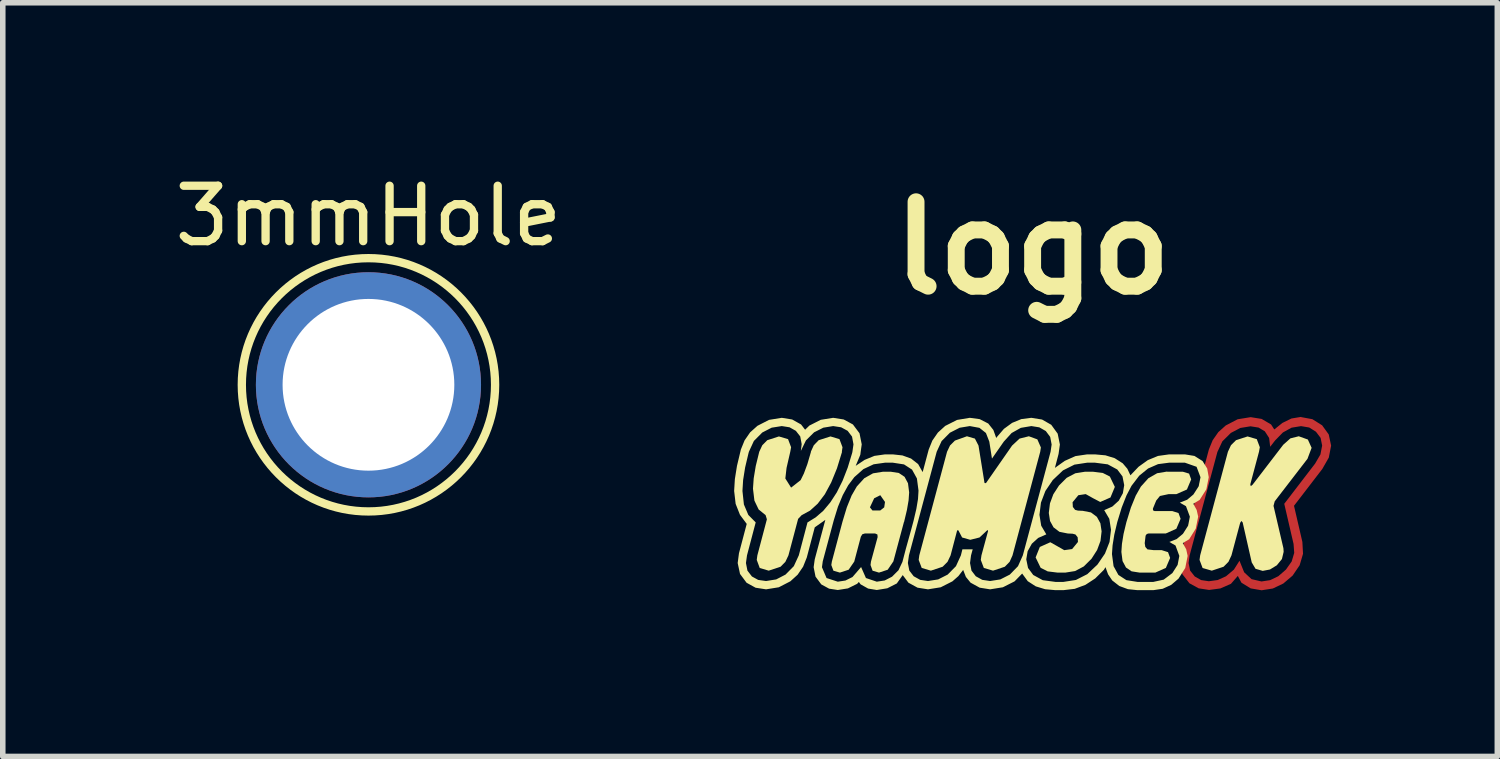
<source format=kicad_pcb>
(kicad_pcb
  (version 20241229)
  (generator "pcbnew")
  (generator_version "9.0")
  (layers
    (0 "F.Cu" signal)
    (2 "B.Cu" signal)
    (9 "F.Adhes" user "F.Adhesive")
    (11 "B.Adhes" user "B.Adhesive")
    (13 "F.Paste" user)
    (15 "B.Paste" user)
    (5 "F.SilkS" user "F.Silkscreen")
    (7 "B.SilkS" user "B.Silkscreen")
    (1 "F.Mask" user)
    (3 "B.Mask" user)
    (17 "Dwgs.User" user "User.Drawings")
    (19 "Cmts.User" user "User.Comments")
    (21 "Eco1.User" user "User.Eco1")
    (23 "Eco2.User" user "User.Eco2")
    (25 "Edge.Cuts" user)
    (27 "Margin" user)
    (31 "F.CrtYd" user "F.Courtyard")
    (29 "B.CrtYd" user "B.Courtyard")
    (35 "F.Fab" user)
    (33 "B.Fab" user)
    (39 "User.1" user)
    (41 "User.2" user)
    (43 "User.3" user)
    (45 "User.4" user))
  (footprint "logo"
    (layer "F.Cu")
    (at 15.59 6.04)
    (property "Reference" "logo" (at 0 -4.613 0) (layer "F.SilkS") (effects (font (size 1.524 1.524) (thickness 0.305))))
    (attr smd)
    (fp_poly (pts (xy 4.849 -1.565) (xy 4.269 -1.184) (xy 4.288 -1.025) (xy 4.378 -1.141) (xy 4.518 -1.284) (xy 4.674 -1.37) (xy 4.845 -1.398) (xy 4.845 -1.398) (xy 4.993 -1.373) (xy 5.114 -1.297) (xy 5.198 -1.186) (xy 5.226 -1.047) (xy 5.195 -0.887) (xy 5.099 -0.722) (xy 4.542 0.004) (xy 4.71 0.729) (xy 4.722 0.89) (xy 4.676 1.045) (xy 4.572 1.192) (xy 4.435 1.311) (xy 4.288 1.382) (xy 4.131 1.406) (xy 3.951 1.364) (xy 3.818 1.24) (xy 3.734 1.032) (xy 3.633 1.192) (xy 3.491 1.312) (xy 3.341 1.38) (xy 3.181 1.402) (xy 3.041 1.381) (xy 2.927 1.316) (xy 2.843 1.21) (xy 2.815 1.073) (xy 2.833 0.938) (xy 3.335 -0.931) (xy 3.425 -1.124) (xy 3.578 -1.275) (xy 3.749 -1.365) (xy 3.933 -1.395) (xy 4.078 -1.372) (xy 4.191 -1.305) (xy 4.269 -1.184) (xy 4.849 -1.565) (xy 4.672 -1.536) (xy 4.509 -1.456) (xy 4.362 -1.338) (xy 4.304 -1.428) (xy 4.134 -1.528) (xy 3.936 -1.56) (xy 3.701 -1.522) (xy 3.486 -1.41) (xy 3.352 -1.29) (xy 3.25 -1.144) (xy 3.182 -0.978) (xy 2.681 0.893) (xy 2.656 1.07) (xy 2.703 1.275) (xy 2.831 1.439) (xy 2.997 1.53) (xy 3.185 1.559) (xy 3.389 1.532) (xy 3.58 1.448) (xy 3.704 1.306) (xy 3.769 1.428) (xy 3.936 1.531) (xy 4.133 1.565) (xy 4.336 1.533) (xy 4.525 1.443) (xy 4.693 1.3) (xy 4.82 1.113) (xy 4.881 0.906) (xy 4.869 0.692) (xy 4.718 0.04) (xy 5.229 -0.625) (xy 5.346 -0.83) (xy 5.388 -1.046) (xy 5.345 -1.248) (xy 5.224 -1.415) (xy 5.222 -1.415) (xy 5.05 -1.523) (xy 4.846 -1.561) (xy 4.849 -1.565)) (stroke (width 0) (type solid)) (fill yes) (layer "F.Cu"))
    (fp_poly (pts (xy 4.849 -1.565) (xy 4.269 -1.184) (xy 4.288 -1.025) (xy 4.378 -1.141) (xy 4.518 -1.284) (xy 4.674 -1.37) (xy 4.845 -1.398) (xy 4.845 -1.398) (xy 4.993 -1.373) (xy 5.114 -1.297) (xy 5.198 -1.186) (xy 5.226 -1.047) (xy 5.195 -0.887) (xy 5.099 -0.722) (xy 4.542 0.004) (xy 4.71 0.729) (xy 4.722 0.89) (xy 4.676 1.045) (xy 4.572 1.192) (xy 4.435 1.311) (xy 4.288 1.382) (xy 4.131 1.406) (xy 3.951 1.364) (xy 3.818 1.24) (xy 3.734 1.032) (xy 3.633 1.192) (xy 3.491 1.312) (xy 3.341 1.38) (xy 3.181 1.402) (xy 3.041 1.381) (xy 2.927 1.316) (xy 2.843 1.21) (xy 2.815 1.073) (xy 2.833 0.938) (xy 3.335 -0.931) (xy 3.425 -1.124) (xy 3.578 -1.275) (xy 3.749 -1.365) (xy 3.933 -1.395) (xy 4.078 -1.372) (xy 4.191 -1.305) (xy 4.269 -1.184) (xy 4.849 -1.565) (xy 4.672 -1.536) (xy 4.509 -1.456) (xy 4.362 -1.338) (xy 4.304 -1.428) (xy 4.134 -1.528) (xy 3.936 -1.56) (xy 3.701 -1.522) (xy 3.486 -1.41) (xy 3.352 -1.29) (xy 3.25 -1.144) (xy 3.182 -0.978) (xy 2.681 0.893) (xy 2.656 1.07) (xy 2.703 1.275) (xy 2.831 1.439) (xy 2.997 1.53) (xy 3.185 1.559) (xy 3.389 1.532) (xy 3.58 1.448) (xy 3.704 1.306) (xy 3.769 1.428) (xy 3.936 1.531) (xy 4.133 1.565) (xy 4.336 1.533) (xy 4.525 1.443) (xy 4.693 1.3) (xy 4.82 1.113) (xy 4.881 0.906) (xy 4.869 0.692) (xy 4.718 0.04) (xy 5.229 -0.625) (xy 5.346 -0.83) (xy 5.388 -1.046) (xy 5.345 -1.248) (xy 5.224 -1.415) (xy 5.222 -1.415) (xy 5.05 -1.523) (xy 4.846 -1.561) (xy 4.849 -1.565)) (stroke (width 0) (type solid)) (fill yes) (layer "F.Mask"))
    (fp_poly (pts (xy 3.955 1.062) (xy 3.791 0.34) (xy 3.768 0.314) (xy 3.746 0.348) (xy 3.589 0.935) (xy 3.535 1.051) (xy 3.447 1.14) (xy 3.234 1.211) (xy 3.068 1.163) (xy 3.013 1.017) (xy 3.024 0.935) (xy 3.525 -0.935) (xy 3.58 -1.053) (xy 3.671 -1.144) (xy 3.88 -1.212) (xy 4.046 -1.163) (xy 4.101 -1.017) (xy 4.086 -0.935) (xy 3.929 -0.348) (xy 3.937 -0.314) (xy 3.97 -0.34) (xy 4.524 -1.062) (xy 4.653 -1.177) (xy 4.804 -1.215) (xy 4.968 -1.156) (xy 5.036 -1.006) (xy 4.961 -0.808) (xy 4.37 -0.041) (xy 4.348 0.041) (xy 4.527 0.807) (xy 4.531 0.871) (xy 4.5 1.001) (xy 4.408 1.114) (xy 4.284 1.19) (xy 4.153 1.215) (xy 4.023 1.177) (xy 3.955 1.062) (xy 3.955 1.062)) (stroke (width 0) (type solid)) (fill yes) (layer "F.SilkS"))
    (fp_poly (pts (xy -1.186 -1.215) (xy -1.042 -1.173) (xy -0.977 -1.047) (xy -0.869 -0.374) (xy -0.857 -0.367) (xy -0.839 -0.374) (xy -0.371 -1.047) (xy -0.236 -1.173) (xy -0.068 -1.215) (xy 0.085 -1.159) (xy 0.149 -1.013) (xy 0.137 -0.935) (xy -0.363 0.935) (xy -0.415 1.051) (xy -0.502 1.14) (xy -0.715 1.211) (xy -0.881 1.162) (xy -0.936 1.017) (xy -0.924 0.935) (xy -0.805 0.497) (xy -0.809 0.478) (xy -0.824 0.486) (xy -0.959 0.612) (xy -1.126 0.654) (xy -1.273 0.612) (xy -1.339 0.486) (xy -1.355 0.478) (xy -1.366 0.497) (xy -1.481 0.935) (xy -1.536 1.051) (xy -1.624 1.14) (xy -1.837 1.211) (xy -2.002 1.162) (xy -2.057 1.017) (xy -2.046 0.935) (xy -1.545 -0.935) (xy -1.491 -1.049) (xy -1.403 -1.137) (xy -1.186 -1.215) (xy -1.186 -1.215)) (stroke (width 0) (type solid)) (fill yes) (layer "F.SilkS"))
    (fp_poly (pts (xy -4.169 0.209) (xy -4.233 0.276) (xy -4.408 0.935) (xy -4.463 1.051) (xy -4.55 1.14) (xy -4.764 1.211) (xy -4.926 1.163) (xy -4.98 1.017) (xy -4.969 0.935) (xy -4.797 0.284) (xy -4.82 0.209) (xy -4.946 0.106) (xy -5.022 -0.053) (xy -5.048 -0.269) (xy -5.035 -0.456) (xy -4.998 -0.678) (xy -4.935 -0.935) (xy -4.88 -1.053) (xy -4.79 -1.144) (xy -4.58 -1.212) (xy -4.415 -1.163) (xy -4.36 -1.017) (xy -4.375 -0.935) (xy -4.442 -0.644) (xy -4.464 -0.453) (xy -4.36 -0.288) (xy -4.188 -0.423) (xy -4.129 -0.543) (xy -4.066 -0.713) (xy -4.001 -0.935) (xy -4.004 -0.935) (xy -3.95 -1.053) (xy -3.862 -1.144) (xy -3.649 -1.212) (xy -3.487 -1.163) (xy -3.432 -1.017) (xy -3.444 -0.935) (xy -3.44 -0.935) (xy -3.532 -0.636) (xy -3.636 -0.381) (xy -3.751 -0.168) (xy -3.879 0.001) (xy -4.018 0.127) (xy -4.169 0.209) (xy -4.169 0.209)) (stroke (width 0) (type solid)) (fill yes) (layer "F.SilkS"))
    (fp_poly (pts (xy 2.428 -0.575) (xy 2.711 -0.575) (xy 2.824 -0.541) (xy 2.862 -0.436) (xy 2.785 -0.254) (xy 2.596 -0.171) (xy 2.457 -0.171) (xy 2.298 -0.137) (xy 2.231 -0.055) (xy 2.173 0.086) (xy 2.171 0.092) (xy 2.173 0.122) (xy 2.201 0.135) (xy 2.52 0.135) (xy 2.633 0.171) (xy 2.671 0.275) (xy 2.594 0.455) (xy 2.403 0.54) (xy 2.092 0.54) (xy 2.061 0.549) (xy 2.043 0.573) (xy 2.039 0.58) (xy 2.023 0.715) (xy 2.034 0.783) (xy 2.073 0.827) (xy 2.189 0.841) (xy 2.331 0.841) (xy 2.444 0.877) (xy 2.482 0.981) (xy 2.405 1.161) (xy 2.215 1.246) (xy 1.931 1.246) (xy 1.786 1.223) (xy 1.685 1.154) (xy 1.623 1.038) (xy 1.602 0.873) (xy 1.612 0.728) (xy 1.641 0.549) (xy 1.692 0.337) (xy 1.774 0.071) (xy 1.861 -0.143) (xy 1.954 -0.307) (xy 2.09 -0.458) (xy 2.248 -0.548) (xy 2.428 -0.578) (xy 2.428 -0.575)) (stroke (width 0) (type solid)) (fill yes) (layer "F.SilkS"))
    (fp_poly (pts (xy -2.701 -0.575) (xy -2.75 -0.151) (xy -2.665 -0.029) (xy -2.679 0.068) (xy -2.75 0.124) (xy -2.892 0.124) (xy -2.937 0.068) (xy -2.86 -0.096) (xy -2.75 -0.151) (xy -2.701 -0.575) (xy -2.881 -0.546) (xy -3.038 -0.458) (xy -3.173 -0.31) (xy -3.267 -0.147) (xy -3.353 0.065) (xy -3.432 0.326) (xy -3.625 1.05) (xy -3.625 1.052) (xy -3.634 1.109) (xy -3.596 1.212) (xy -3.479 1.246) (xy -3.321 1.194) (xy -3.219 1.046) (xy -3.219 1.044) (xy -3.101 0.598) (xy -3.074 0.554) (xy -3.029 0.54) (xy -2.843 0.54) (xy -2.802 0.558) (xy -2.798 0.605) (xy -2.919 1.05) (xy -2.919 1.052) (xy -2.926 1.109) (xy -2.889 1.212) (xy -2.773 1.246) (xy -2.616 1.194) (xy -2.514 1.044) (xy -2.323 0.333) (xy -2.321 0.333) (xy -2.318 0.321) (xy -2.269 0.115) (xy -2.239 -0.059) (xy -2.229 -0.202) (xy -2.25 -0.367) (xy -2.312 -0.483) (xy -2.415 -0.552) (xy -2.561 -0.575) (xy -2.701 -0.575)) (stroke (width 0) (type solid)) (fill yes) (layer "F.SilkS"))
    (fp_poly (pts (xy 0.946 -0.575) (xy 1.088 -0.575) (xy 1.266 -0.553) (xy 1.394 -0.488) (xy 1.484 -0.301) (xy 1.405 -0.11) (xy 1.22 -0.029) (xy 1.096 -0.094) (xy 0.958 -0.171) (xy 0.825 -0.151) (xy 0.721 -0.024) (xy 0.726 0.061) (xy 0.766 0.113) (xy 0.818 0.127) (xy 0.905 0.131) (xy 1.053 0.16) (xy 1.159 0.239) (xy 1.223 0.355) (xy 1.245 0.501) (xy 1.225 0.674) (xy 1.164 0.838) (xy 1.063 0.996) (xy 0.923 1.135) (xy 0.766 1.218) (xy 0.591 1.246) (xy 0.449 1.246) (xy 0.272 1.224) (xy 0.145 1.16) (xy 0.054 0.972) (xy 0.13 0.783) (xy 0.319 0.698) (xy 0.438 0.765) (xy 0.571 0.841) (xy 0.713 0.821) (xy 0.818 0.693) (xy 0.813 0.609) (xy 0.773 0.558) (xy 0.721 0.544) (xy 0.634 0.54) (xy 0.484 0.51) (xy 0.377 0.429) (xy 0.314 0.314) (xy 0.292 0.169) (xy 0.313 -0.004) (xy 0.374 -0.169) (xy 0.476 -0.326) (xy 0.615 -0.465) (xy 0.771 -0.547) (xy 0.946 -0.575) (xy 0.946 -0.575)) (stroke (width 0) (type solid)) (fill yes) (layer "F.SilkS"))
    (fp_poly (pts (xy -4.528 -1.548) (xy -4.528 -1.399) (xy -4.388 -1.377) (xy -4.274 -1.313) (xy -4.195 -1.212) (xy -4.169 -1.073) (xy -4.184 -0.95) (xy -4.092 -1.14) (xy -3.945 -1.286) (xy -3.778 -1.37) (xy -3.601 -1.399) (xy -3.457 -1.377) (xy -3.339 -1.313) (xy -3.26 -1.209) (xy -3.234 -1.069) (xy -3.253 -0.935) (xy -3.257 -0.916) (xy -3.338 -0.649) (xy -3.431 -0.411) (xy -3.535 -0.202) (xy -3.651 -0.023) (xy -3.777 0.128) (xy -3.915 0.248) (xy -4.064 0.34) (xy -4.221 0.935) (xy -4.311 1.13) (xy -4.461 1.282) (xy -4.629 1.369) (xy -4.812 1.398) (xy -4.954 1.378) (xy -5.067 1.316) (xy -5.148 1.211) (xy -5.175 1.073) (xy -5.156 0.935) (xy -4.999 0.34) (xy -5.132 0.205) (xy -5.212 0.016) (xy -5.238 -0.228) (xy -5.226 -0.425) (xy -5.19 -0.651) (xy -5.13 -0.905) (xy -5.122 -0.935) (xy -5.032 -1.13) (xy -4.88 -1.283) (xy -4.711 -1.37) (xy -4.528 -1.399) (xy -4.528 -1.548) (xy -4.758 -1.511) (xy -4.967 -1.404) (xy -5.1 -1.285) (xy -5.2 -1.14) (xy -5.267 -0.975) (xy -5.274 -0.944) (xy -5.337 -0.68) (xy -5.375 -0.442) (xy -5.388 -0.228) (xy -5.361 0.005) (xy -5.283 0.203) (xy -5.161 0.367) (xy -5.301 0.897) (xy -5.324 1.073) (xy -5.282 1.27) (xy -5.163 1.43) (xy -5.162 1.43) (xy -5.001 1.519) (xy -4.812 1.548) (xy -4.582 1.511) (xy -4.373 1.403) (xy -4.242 1.284) (xy -4.143 1.139) (xy -4.077 0.974) (xy -3.933 0.429) (xy -3.514 0.057) (xy -3.427 -0.153) (xy -3.329 -0.331) (xy -3.219 -0.477) (xy -3.055 -0.622) (xy -2.87 -0.709) (xy -2.665 -0.738) (xy -2.523 -0.738) (xy -2.322 -0.707) (xy -2.177 -0.613) (xy -2.089 -0.454) (xy -2.06 -0.234) (xy -2.069 -0.083) (xy -2.099 0.096) (xy -2.148 0.304) (xy -2.148 0.306) (xy -2.192 0.469) (xy -2.224 0.585) (xy -2.288 0.814) (xy -2.35 1.052) (xy -2.421 1.203) (xy -2.538 1.32) (xy -2.67 1.388) (xy -2.813 1.41) (xy -3.009 1.344) (xy -3.095 1.149) (xy -3.095 1.144) (xy -3.252 1.326) (xy -3.379 1.389) (xy -3.517 1.41) (xy -3.72 1.344) (xy -3.803 1.149) (xy -3.789 1.046) (xy -3.789 1.044) (xy -3.589 0.299) (xy -3.514 0.057) (xy -3.933 0.429) (xy -3.742 0.294) (xy -3.933 1.006) (xy -3.938 1.041) (xy -3.953 1.149) (xy -3.919 1.319) (xy -3.815 1.459) (xy -3.674 1.536) (xy -3.517 1.56) (xy -3.334 1.531) (xy -3.167 1.448) (xy -3.137 1.415) (xy -3.105 1.458) (xy -2.97 1.534) (xy -2.226 1.21) (xy -2.252 1.073) (xy -2.233 0.935) (xy -1.732 -0.935) (xy -1.643 -1.128) (xy -1.493 -1.279) (xy -1.317 -1.369) (xy -1.134 -1.399) (xy -0.96 -1.367) (xy -0.843 -1.274) (xy -0.782 -1.118) (xy -0.734 -0.812) (xy -0.521 -1.118) (xy -0.379 -1.274) (xy -0.213 -1.367) (xy -0.023 -1.399) (xy 0.121 -1.376) (xy 0.238 -1.309) (xy 0.317 -1.203) (xy 0.343 -1.066) (xy 0.324 -0.935) (xy -0.177 0.935) (xy -0.264 1.13) (xy -0.412 1.282) (xy -0.583 1.369) (xy -0.768 1.398) (xy -0.909 1.377) (xy -1.026 1.312) (xy -1.104 1.21) (xy -1.13 1.073) (xy -1.112 0.935) (xy -1.082 0.826) (xy -1.268 0.826) (xy -1.295 0.935) (xy -1.384 1.13) (xy -1.534 1.282) (xy -1.705 1.369) (xy -1.889 1.398) (xy -2.03 1.377) (xy -2.147 1.312) (xy -2.226 1.21) (xy -2.97 1.534) (xy -2.813 1.56) (xy -2.623 1.529) (xy -2.452 1.442) (xy -2.345 1.291) (xy -2.242 1.428) (xy -2.078 1.518) (xy -1.889 1.548) (xy -1.659 1.511) (xy -1.448 1.404) (xy -1.34 1.309) (xy -1.254 1.198) (xy -1.205 1.324) (xy -1.12 1.428) (xy -0.956 1.518) (xy -0.768 1.548) (xy -0.083 1.162) (xy -0.115 1.006) (xy -0.09 0.86) (xy -0.014 0.724) (xy 0.101 0.62) (xy 0.247 0.556) (xy 0.155 0.4) (xy 0.123 0.203) (xy 0.15 -0.017) (xy 0.23 -0.227) (xy 0.364 -0.425) (xy 0.548 -0.599) (xy 0.755 -0.703) (xy 0.984 -0.738) (xy 1.126 -0.738) (xy 1.356 -0.708) (xy 1.528 -0.615) (xy 1.622 -0.49) (xy 1.653 -0.333) (xy 1.629 -0.187) (xy 1.555 -0.052) (xy 1.438 0.054) (xy 1.292 0.119) (xy 1.384 0.275) (xy 1.415 0.473) (xy 1.388 0.693) (xy 1.306 0.902) (xy 1.171 1.1) (xy 0.987 1.274) (xy 0.781 1.379) (xy 0.555 1.414) (xy 0.413 1.414) (xy 0.183 1.383) (xy 0.011 1.289) (xy -0.083 1.162) (xy -0.768 1.548) (xy -0.537 1.511) (xy -0.326 1.404) (xy -0.189 1.263) (xy -0.088 1.401) (xy 0.056 1.494) (xy 0.225 1.546) (xy 0.413 1.563) (xy 0.555 1.563) (xy 0.76 1.539) (xy 1.432 0.912) (xy 1.443 0.754) (xy 1.474 0.561) (xy 1.528 0.333) (xy 1.608 0.071) (xy 1.694 -0.147) (xy 1.785 -0.321) (xy 1.924 -0.503) (xy 2.084 -0.633) (xy 2.264 -0.712) (xy 2.464 -0.738) (xy 2.749 -0.738) (xy 2.959 -0.664) (xy 3.03 -0.476) (xy 2.998 -0.313) (xy 2.902 -0.164) (xy 2.789 -0.069) (xy 2.657 -0.017) (xy 2.768 0.047) (xy 2.838 0.236) (xy 2.807 0.398) (xy 2.713 0.546) (xy 2.599 0.641) (xy 2.468 0.693) (xy 2.579 0.757) (xy 2.648 0.945) (xy 2.617 1.107) (xy 2.522 1.255) (xy 2.366 1.373) (xy 2.178 1.414) (xy 1.893 1.414) (xy 1.692 1.382) (xy 1.548 1.288) (xy 1.461 1.13) (xy 1.432 0.912) (xy 0.76 1.539) (xy 0.953 1.467) (xy 1.129 1.352) (xy 1.286 1.196) (xy 1.315 1.148) (xy 1.362 1.277) (xy 1.437 1.388) (xy 1.565 1.488) (xy 1.72 1.545) (xy 1.893 1.563) (xy 2.178 1.563) (xy 2.348 1.538) (xy 2.502 1.467) (xy 2.633 1.355) (xy 2.755 1.162) (xy 2.798 0.945) (xy 2.772 0.825) (xy 2.71 0.713) (xy 2.824 0.645) (xy 2.825 0.645) (xy 2.945 0.452) (xy 2.988 0.236) (xy 2.961 0.115) (xy 2.9 0.003) (xy 3.013 -0.065) (xy 3.014 -0.065) (xy 3.136 -0.258) (xy 3.179 -0.476) (xy 3.151 -0.633) (xy 3.067 -0.768) (xy 2.921 -0.86) (xy 2.749 -0.888) (xy 2.464 -0.888) (xy 2.263 -0.86) (xy 2.079 -0.784) (xy 1.913 -0.665) (xy 1.765 -0.51) (xy 1.71 -0.628) (xy 1.626 -0.727) (xy 1.626 -0.727) (xy 1.482 -0.819) (xy 1.314 -0.871) (xy 1.126 -0.888) (xy 0.984 -0.888) (xy 0.773 -0.857) (xy 0.58 -0.771) (xy 0.402 -0.644) (xy 0.468 -0.895) (xy 0.492 -1.066) (xy 0.452 -1.262) (xy 0.336 -1.422) (xy 0.17 -1.517) (xy -0.023 -1.548) (xy -0.204 -1.525) (xy -0.37 -1.457) (xy -0.518 -1.349) (xy -0.644 -1.203) (xy -0.657 -1.184) (xy -0.709 -1.329) (xy -0.801 -1.445) (xy -0.955 -1.524) (xy -1.134 -1.548) (xy -1.364 -1.51) (xy -1.578 -1.402) (xy -1.71 -1.282) (xy -1.81 -1.138) (xy -1.876 -0.975) (xy -1.985 -0.568) (xy -2.067 -0.713) (xy -2.195 -0.813) (xy -2.35 -0.869) (xy -2.523 -0.888) (xy -2.665 -0.888) (xy -2.856 -0.861) (xy -3.032 -0.789) (xy -3.194 -0.681) (xy -3.112 -0.878) (xy -3.106 -0.905) (xy -3.109 -0.897) (xy -3.085 -1.069) (xy -3.125 -1.269) (xy -3.244 -1.428) (xy -3.41 -1.518) (xy -3.601 -1.548) (xy -3.825 -1.512) (xy -4.03 -1.408) (xy -4.107 -1.333) (xy -4.18 -1.428) (xy -4.341 -1.518) (xy -4.528 -1.548)) (stroke (width 0) (type solid)) (fill yes) (layer "F.SilkS")))
  (footprint "3mmHole"
    (layer "F.Cu")
    (at 3.601 3.896)
    (property "Reference" "3mmHole" (at 0 -3.048 0) (layer "F.SilkS") (effects (font (size 1 1) (thickness 0.15))))
    (attr through_hole)
    (fp_circle (center 0 0) (end 0 -2.286) (stroke (width 0.15) (type solid)) (fill no) (layer "F.SilkS"))
    (pad "" np_thru_hole circle (at 0 0) (size 4.064 4.064) (drill 3.1) (layers "*.Cu" "*.Mask")))
  (gr_rect
    (start -3 -3)
    (end 23.978 10.605)
    (stroke (width 0.1) (type default))
    (fill no)
    (layer "Edge.Cuts")))
</source>
